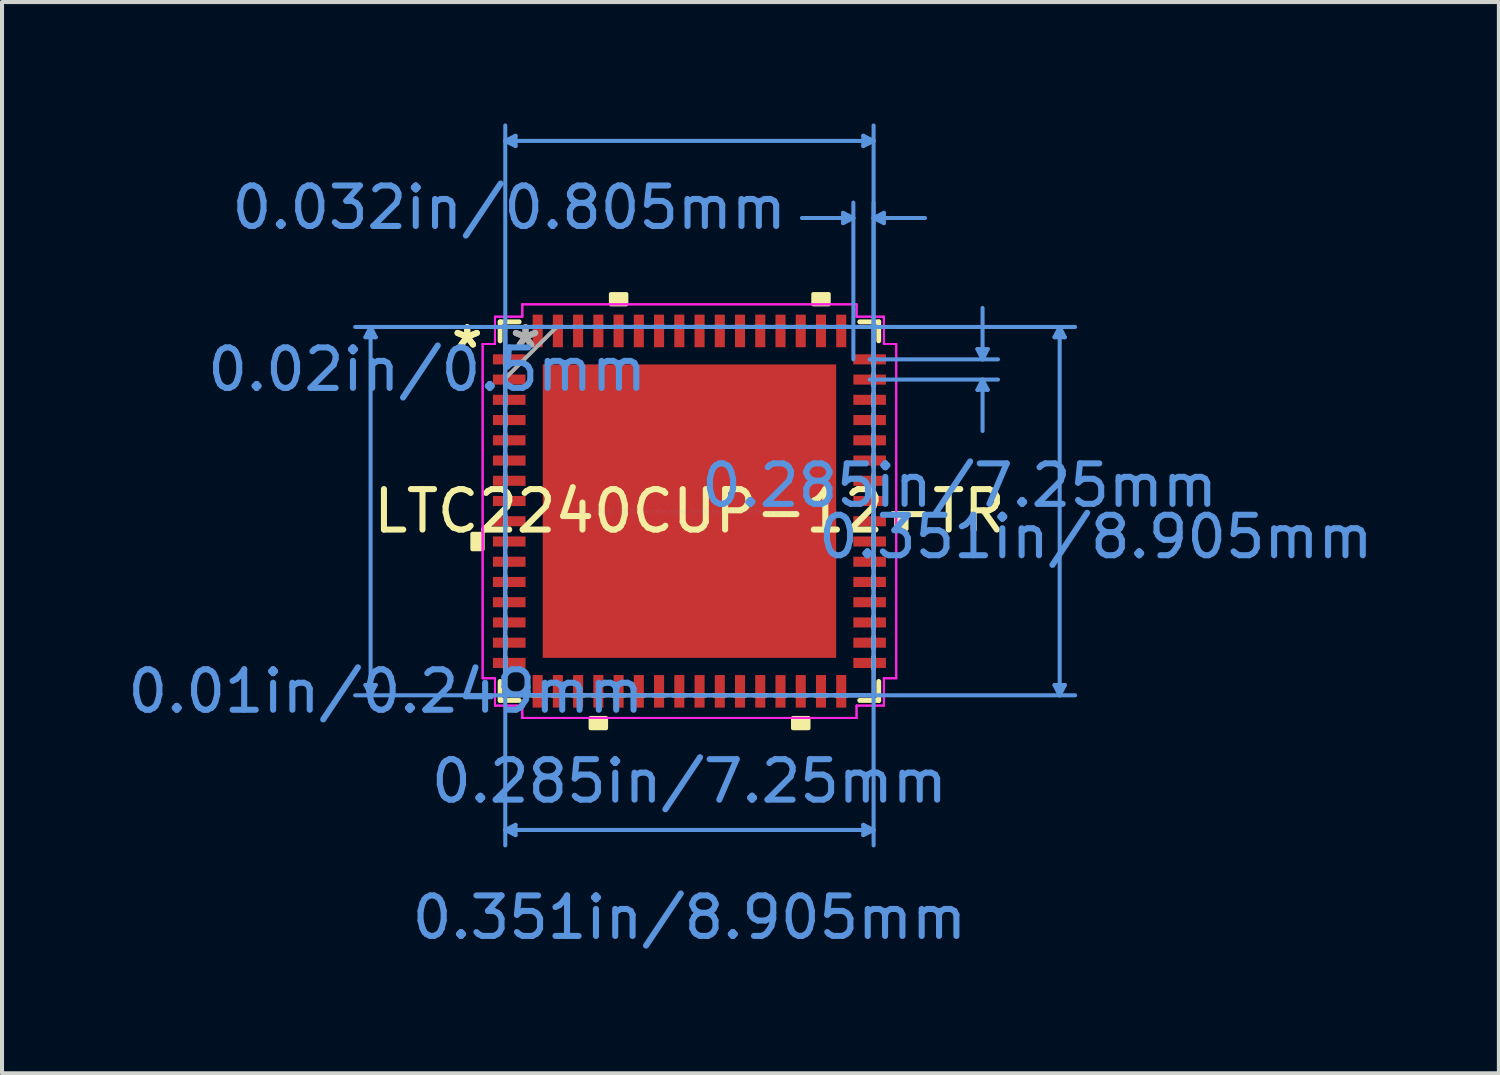
<source format=kicad_pcb>
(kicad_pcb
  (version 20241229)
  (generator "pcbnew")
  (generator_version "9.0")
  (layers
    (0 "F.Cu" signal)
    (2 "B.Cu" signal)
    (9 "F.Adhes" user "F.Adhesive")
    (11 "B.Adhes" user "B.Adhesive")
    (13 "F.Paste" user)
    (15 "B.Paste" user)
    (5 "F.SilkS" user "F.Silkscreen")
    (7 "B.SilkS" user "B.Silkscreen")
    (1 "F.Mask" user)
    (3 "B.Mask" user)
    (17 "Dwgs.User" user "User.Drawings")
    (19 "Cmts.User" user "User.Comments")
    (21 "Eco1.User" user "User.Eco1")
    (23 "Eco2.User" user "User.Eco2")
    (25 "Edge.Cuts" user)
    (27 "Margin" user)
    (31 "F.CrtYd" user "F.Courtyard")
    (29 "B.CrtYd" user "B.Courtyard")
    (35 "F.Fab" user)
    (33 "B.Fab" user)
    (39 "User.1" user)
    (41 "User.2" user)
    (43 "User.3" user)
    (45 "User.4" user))
  (footprint "LTC2240CUP-12-TR"
    (layer "F.Cu")
    (at 13.983 9.578)
    (property "Reference" "LTC2240CUP-12-TR" (at 0 0 0) (layer "F.SilkS") (effects (font (size 1 1) (thickness 0.15))))
    (attr through_hole)
    (fp_line (start -4.677 -4.677) (end -4.677 -4.207) (stroke (width 0.12) (type solid)) (layer "F.SilkS"))
    (fp_line (start -4.677 4.207) (end -4.677 4.677) (stroke (width 0.12) (type solid)) (layer "F.SilkS"))
    (fp_line (start -4.677 4.677) (end -4.207 4.677) (stroke (width 0.12) (type solid)) (layer "F.SilkS"))
    (fp_line (start -4.207 -4.677) (end -4.677 -4.677) (stroke (width 0.12) (type solid)) (layer "F.SilkS"))
    (fp_line (start 4.207 4.677) (end 4.677 4.677) (stroke (width 0.12) (type solid)) (layer "F.SilkS"))
    (fp_line (start 4.677 -4.677) (end 4.207 -4.677) (stroke (width 0.12) (type solid)) (layer "F.SilkS"))
    (fp_line (start 4.677 -4.207) (end 4.677 -4.677) (stroke (width 0.12) (type solid)) (layer "F.SilkS"))
    (fp_line (start 4.677 4.677) (end 4.677 4.207) (stroke (width 0.12) (type solid)) (layer "F.SilkS"))
    (fp_poly (pts (xy -5.363 0.56) (xy -5.363 0.941) (xy -5.109 0.941) (xy -5.109 0.56)) (stroke (width 0.1) (type solid)) (fill yes) (layer "F.SilkS"))
    (fp_poly (pts (xy -2.441 5.109) (xy -2.441 5.363) (xy -2.06 5.363) (xy -2.06 5.109)) (stroke (width 0.1) (type solid)) (fill yes) (layer "F.SilkS"))
    (fp_poly (pts (xy -1.94 -5.109) (xy -1.94 -5.363) (xy -1.559 -5.363) (xy -1.559 -5.109)) (stroke (width 0.1) (type solid)) (fill yes) (layer "F.SilkS"))
    (fp_poly (pts (xy 2.559 5.109) (xy 2.559 5.363) (xy 2.941 5.363) (xy 2.941 5.109)) (stroke (width 0.1) (type solid)) (fill yes) (layer "F.SilkS"))
    (fp_poly (pts (xy 3.06 -5.109) (xy 3.06 -5.363) (xy 3.441 -5.363) (xy 3.441 -5.109)) (stroke (width 0.1) (type solid)) (fill yes) (layer "F.SilkS"))
    (fp_poly (pts (xy 5.363 0.059) (xy 5.363 0.441) (xy 5.109 0.441) (xy 5.109 0.059)) (stroke (width 0.1) (type solid)) (fill yes) (layer "F.SilkS"))
    (fp_poly (pts (xy -3.525 -3.525) (xy -3.525 -2.275) (xy -2.275 -2.275) (xy -2.275 -3.525)) (stroke (width 0.1) (type solid)) (fill yes) (layer "F.Paste"))
    (fp_poly (pts (xy -3.525 -2.075) (xy -3.525 -0.825) (xy -2.275 -0.825) (xy -2.275 -2.075)) (stroke (width 0.1) (type solid)) (fill yes) (layer "F.Paste"))
    (fp_poly (pts (xy -3.525 -0.625) (xy -3.525 0.625) (xy -2.275 0.625) (xy -2.275 -0.625)) (stroke (width 0.1) (type solid)) (fill yes) (layer "F.Paste"))
    (fp_poly (pts (xy -3.525 0.825) (xy -3.525 2.075) (xy -2.275 2.075) (xy -2.275 0.825)) (stroke (width 0.1) (type solid)) (fill yes) (layer "F.Paste"))
    (fp_poly (pts (xy -3.525 2.275) (xy -3.525 3.525) (xy -2.275 3.525) (xy -2.275 2.275)) (stroke (width 0.1) (type solid)) (fill yes) (layer "F.Paste"))
    (fp_poly (pts (xy -2.075 -3.525) (xy -2.075 -2.275) (xy -0.825 -2.275) (xy -0.825 -3.525)) (stroke (width 0.1) (type solid)) (fill yes) (layer "F.Paste"))
    (fp_poly (pts (xy -2.075 -2.075) (xy -2.075 -0.825) (xy -0.825 -0.825) (xy -0.825 -2.075)) (stroke (width 0.1) (type solid)) (fill yes) (layer "F.Paste"))
    (fp_poly (pts (xy -2.075 -0.625) (xy -2.075 0.625) (xy -0.825 0.625) (xy -0.825 -0.625)) (stroke (width 0.1) (type solid)) (fill yes) (layer "F.Paste"))
    (fp_poly (pts (xy -2.075 0.825) (xy -2.075 2.075) (xy -0.825 2.075) (xy -0.825 0.825)) (stroke (width 0.1) (type solid)) (fill yes) (layer "F.Paste"))
    (fp_poly (pts (xy -2.075 2.275) (xy -2.075 3.525) (xy -0.825 3.525) (xy -0.825 2.275)) (stroke (width 0.1) (type solid)) (fill yes) (layer "F.Paste"))
    (fp_poly (pts (xy -0.625 -3.525) (xy -0.625 -2.275) (xy 0.625 -2.275) (xy 0.625 -3.525)) (stroke (width 0.1) (type solid)) (fill yes) (layer "F.Paste"))
    (fp_poly (pts (xy -0.625 -2.075) (xy -0.625 -0.825) (xy 0.625 -0.825) (xy 0.625 -2.075)) (stroke (width 0.1) (type solid)) (fill yes) (layer "F.Paste"))
    (fp_poly (pts (xy -0.625 -0.625) (xy -0.625 0.625) (xy 0.625 0.625) (xy 0.625 -0.625)) (stroke (width 0.1) (type solid)) (fill yes) (layer "F.Paste"))
    (fp_poly (pts (xy -0.625 0.825) (xy -0.625 2.075) (xy 0.625 2.075) (xy 0.625 0.825)) (stroke (width 0.1) (type solid)) (fill yes) (layer "F.Paste"))
    (fp_poly (pts (xy -0.625 2.275) (xy -0.625 3.525) (xy 0.625 3.525) (xy 0.625 2.275)) (stroke (width 0.1) (type solid)) (fill yes) (layer "F.Paste"))
    (fp_poly (pts (xy 0.825 -3.525) (xy 0.825 -2.275) (xy 2.075 -2.275) (xy 2.075 -3.525)) (stroke (width 0.1) (type solid)) (fill yes) (layer "F.Paste"))
    (fp_poly (pts (xy 0.825 -2.075) (xy 0.825 -0.825) (xy 2.075 -0.825) (xy 2.075 -2.075)) (stroke (width 0.1) (type solid)) (fill yes) (layer "F.Paste"))
    (fp_poly (pts (xy 0.825 -0.625) (xy 0.825 0.625) (xy 2.075 0.625) (xy 2.075 -0.625)) (stroke (width 0.1) (type solid)) (fill yes) (layer "F.Paste"))
    (fp_poly (pts (xy 0.825 0.825) (xy 0.825 2.075) (xy 2.075 2.075) (xy 2.075 0.825)) (stroke (width 0.1) (type solid)) (fill yes) (layer "F.Paste"))
    (fp_poly (pts (xy 0.825 2.275) (xy 0.825 3.525) (xy 2.075 3.525) (xy 2.075 2.275)) (stroke (width 0.1) (type solid)) (fill yes) (layer "F.Paste"))
    (fp_poly (pts (xy 2.275 -3.525) (xy 2.275 -2.275) (xy 3.525 -2.275) (xy 3.525 -3.525)) (stroke (width 0.1) (type solid)) (fill yes) (layer "F.Paste"))
    (fp_poly (pts (xy 2.275 -2.075) (xy 2.275 -0.825) (xy 3.525 -0.825) (xy 3.525 -2.075)) (stroke (width 0.1) (type solid)) (fill yes) (layer "F.Paste"))
    (fp_poly (pts (xy 2.275 -0.625) (xy 2.275 0.625) (xy 3.525 0.625) (xy 3.525 -0.625)) (stroke (width 0.1) (type solid)) (fill yes) (layer "F.Paste"))
    (fp_poly (pts (xy 2.275 0.825) (xy 2.275 2.075) (xy 3.525 2.075) (xy 3.525 0.825)) (stroke (width 0.1) (type solid)) (fill yes) (layer "F.Paste"))
    (fp_poly (pts (xy 2.275 2.275) (xy 2.275 3.525) (xy 3.525 3.525) (xy 3.525 2.275)) (stroke (width 0.1) (type solid)) (fill yes) (layer "F.Paste"))
    (fp_line (start -8.004 -4.296) (end -7.75 -4.296) (stroke (width 0.1) (type solid)) (layer "Cmts.User"))
    (fp_line (start -8.004 4.296) (end -7.75 4.296) (stroke (width 0.1) (type solid)) (layer "Cmts.User"))
    (fp_line (start -7.877 -4.55) (end -8.004 -4.296) (stroke (width 0.1) (type solid)) (layer "Cmts.User"))
    (fp_line (start -7.877 -4.55) (end -7.877 4.55) (stroke (width 0.1) (type solid)) (layer "Cmts.User"))
    (fp_line (start -7.877 -4.55) (end -7.75 -4.296) (stroke (width 0.1) (type solid)) (layer "Cmts.User"))
    (fp_line (start -7.877 4.55) (end -8.004 4.296) (stroke (width 0.1) (type solid)) (layer "Cmts.User"))
    (fp_line (start -7.877 4.55) (end -7.75 4.296) (stroke (width 0.1) (type solid)) (layer "Cmts.User"))
    (fp_line (start -4.55 -9.147) (end -4.296 -9.274) (stroke (width 0.1) (type solid)) (layer "Cmts.User"))
    (fp_line (start -4.55 -9.147) (end -4.296 -9.02) (stroke (width 0.1) (type solid)) (layer "Cmts.User"))
    (fp_line (start -4.55 -9.147) (end 4.55 -9.147) (stroke (width 0.1) (type solid)) (layer "Cmts.User"))
    (fp_line (start -4.55 -4.55) (end -4.55 8.258) (stroke (width 0.1) (type solid)) (layer "Cmts.User"))
    (fp_line (start -4.55 -3.75) (end -4.55 -9.528) (stroke (width 0.1) (type solid)) (layer "Cmts.User"))
    (fp_line (start -4.55 7.877) (end -4.296 7.75) (stroke (width 0.1) (type solid)) (layer "Cmts.User"))
    (fp_line (start -4.55 7.877) (end -4.296 8.004) (stroke (width 0.1) (type solid)) (layer "Cmts.User"))
    (fp_line (start -4.55 7.877) (end 4.55 7.877) (stroke (width 0.1) (type solid)) (layer "Cmts.User"))
    (fp_line (start -4.296 -9.274) (end -4.296 -9.02) (stroke (width 0.1) (type solid)) (layer "Cmts.User"))
    (fp_line (start -4.296 7.75) (end -4.296 8.004) (stroke (width 0.1) (type solid)) (layer "Cmts.User"))
    (fp_line (start 3.75 -4.55) (end 9.528 -4.55) (stroke (width 0.1) (type solid)) (layer "Cmts.User"))
    (fp_line (start 3.75 4.55) (end 9.528 4.55) (stroke (width 0.1) (type solid)) (layer "Cmts.User"))
    (fp_line (start 3.796 -7.369) (end 3.796 -7.115) (stroke (width 0.1) (type solid)) (layer "Cmts.User"))
    (fp_line (start 4.05 -7.242) (end 2.78 -7.242) (stroke (width 0.1) (type solid)) (layer "Cmts.User"))
    (fp_line (start 4.05 -7.242) (end 3.796 -7.369) (stroke (width 0.1) (type solid)) (layer "Cmts.User"))
    (fp_line (start 4.05 -7.242) (end 3.796 -7.115) (stroke (width 0.1) (type solid)) (layer "Cmts.User"))
    (fp_line (start 4.05 -3.75) (end 4.05 -7.623) (stroke (width 0.1) (type solid)) (layer "Cmts.User"))
    (fp_line (start 4.296 -9.274) (end 4.296 -9.02) (stroke (width 0.1) (type solid)) (layer "Cmts.User"))
    (fp_line (start 4.296 7.75) (end 4.296 8.004) (stroke (width 0.1) (type solid)) (layer "Cmts.User"))
    (fp_line (start 4.452 -3.75) (end 7.623 -3.75) (stroke (width 0.1) (type solid)) (layer "Cmts.User"))
    (fp_line (start 4.452 -3.25) (end 7.623 -3.25) (stroke (width 0.1) (type solid)) (layer "Cmts.User"))
    (fp_line (start 4.55 -9.147) (end 4.296 -9.274) (stroke (width 0.1) (type solid)) (layer "Cmts.User"))
    (fp_line (start 4.55 -9.147) (end 4.296 -9.02) (stroke (width 0.1) (type solid)) (layer "Cmts.User"))
    (fp_line (start 4.55 -7.242) (end 4.804 -7.369) (stroke (width 0.1) (type solid)) (layer "Cmts.User"))
    (fp_line (start 4.55 -7.242) (end 4.804 -7.115) (stroke (width 0.1) (type solid)) (layer "Cmts.User"))
    (fp_line (start 4.55 -7.242) (end 5.82 -7.242) (stroke (width 0.1) (type solid)) (layer "Cmts.User"))
    (fp_line (start 4.55 -4.55) (end -8.258 -4.55) (stroke (width 0.1) (type solid)) (layer "Cmts.User"))
    (fp_line (start 4.55 -4.55) (end 4.55 8.258) (stroke (width 0.1) (type solid)) (layer "Cmts.User"))
    (fp_line (start 4.55 -3.75) (end 4.55 -9.528) (stroke (width 0.1) (type solid)) (layer "Cmts.User"))
    (fp_line (start 4.55 -3.75) (end 4.55 -7.623) (stroke (width 0.1) (type solid)) (layer "Cmts.User"))
    (fp_line (start 4.55 4.55) (end -8.258 4.55) (stroke (width 0.1) (type solid)) (layer "Cmts.User"))
    (fp_line (start 4.55 7.877) (end 4.296 7.75) (stroke (width 0.1) (type solid)) (layer "Cmts.User"))
    (fp_line (start 4.55 7.877) (end 4.296 8.004) (stroke (width 0.1) (type solid)) (layer "Cmts.User"))
    (fp_line (start 4.804 -7.369) (end 4.804 -7.115) (stroke (width 0.1) (type solid)) (layer "Cmts.User"))
    (fp_line (start 7.115 -4.004) (end 7.369 -4.004) (stroke (width 0.1) (type solid)) (layer "Cmts.User"))
    (fp_line (start 7.115 -2.996) (end 7.369 -2.996) (stroke (width 0.1) (type solid)) (layer "Cmts.User"))
    (fp_line (start 7.242 -3.75) (end 7.115 -4.004) (stroke (width 0.1) (type solid)) (layer "Cmts.User"))
    (fp_line (start 7.242 -3.75) (end 7.242 -5.02) (stroke (width 0.1) (type solid)) (layer "Cmts.User"))
    (fp_line (start 7.242 -3.75) (end 7.369 -4.004) (stroke (width 0.1) (type solid)) (layer "Cmts.User"))
    (fp_line (start 7.242 -3.25) (end 7.115 -2.996) (stroke (width 0.1) (type solid)) (layer "Cmts.User"))
    (fp_line (start 7.242 -3.25) (end 7.242 -1.98) (stroke (width 0.1) (type solid)) (layer "Cmts.User"))
    (fp_line (start 7.242 -3.25) (end 7.369 -2.996) (stroke (width 0.1) (type solid)) (layer "Cmts.User"))
    (fp_line (start 9.02 -4.296) (end 9.274 -4.296) (stroke (width 0.1) (type solid)) (layer "Cmts.User"))
    (fp_line (start 9.02 4.296) (end 9.274 4.296) (stroke (width 0.1) (type solid)) (layer "Cmts.User"))
    (fp_line (start 9.147 -4.55) (end 9.02 -4.296) (stroke (width 0.1) (type solid)) (layer "Cmts.User"))
    (fp_line (start 9.147 -4.55) (end 9.147 4.55) (stroke (width 0.1) (type solid)) (layer "Cmts.User"))
    (fp_line (start 9.147 -4.55) (end 9.274 -4.296) (stroke (width 0.1) (type solid)) (layer "Cmts.User"))
    (fp_line (start 9.147 4.55) (end 9.02 4.296) (stroke (width 0.1) (type solid)) (layer "Cmts.User"))
    (fp_line (start 9.147 4.55) (end 9.274 4.296) (stroke (width 0.1) (type solid)) (layer "Cmts.User"))
    (fp_line (start -5.109 -4.129) (end -4.804 -4.129) (stroke (width 0.05) (type solid)) (layer "F.CrtYd"))
    (fp_line (start -5.109 -4.129) (end -4.804 -4.129) (stroke (width 0.05) (type solid)) (layer "F.CrtYd"))
    (fp_line (start -5.109 4.129) (end -5.109 -4.129) (stroke (width 0.05) (type solid)) (layer "F.CrtYd"))
    (fp_line (start -5.109 4.129) (end -5.109 -4.129) (stroke (width 0.05) (type solid)) (layer "F.CrtYd"))
    (fp_line (start -4.804 -4.804) (end -4.129 -4.804) (stroke (width 0.05) (type solid)) (layer "F.CrtYd"))
    (fp_line (start -4.804 -4.804) (end -4.129 -4.804) (stroke (width 0.05) (type solid)) (layer "F.CrtYd"))
    (fp_line (start -4.804 -4.129) (end -4.804 -4.804) (stroke (width 0.05) (type solid)) (layer "F.CrtYd"))
    (fp_line (start -4.804 -4.129) (end -4.804 -4.804) (stroke (width 0.05) (type solid)) (layer "F.CrtYd"))
    (fp_line (start -4.804 4.129) (end -5.109 4.129) (stroke (width 0.05) (type solid)) (layer "F.CrtYd"))
    (fp_line (start -4.804 4.129) (end -5.109 4.129) (stroke (width 0.05) (type solid)) (layer "F.CrtYd"))
    (fp_line (start -4.804 4.804) (end -4.804 4.129) (stroke (width 0.05) (type solid)) (layer "F.CrtYd"))
    (fp_line (start -4.804 4.804) (end -4.804 4.129) (stroke (width 0.05) (type solid)) (layer "F.CrtYd"))
    (fp_line (start -4.129 -5.109) (end 4.129 -5.109) (stroke (width 0.05) (type solid)) (layer "F.CrtYd"))
    (fp_line (start -4.129 -5.109) (end 4.129 -5.109) (stroke (width 0.05) (type solid)) (layer "F.CrtYd"))
    (fp_line (start -4.129 -4.804) (end -4.129 -5.109) (stroke (width 0.05) (type solid)) (layer "F.CrtYd"))
    (fp_line (start -4.129 -4.804) (end -4.129 -5.109) (stroke (width 0.05) (type solid)) (layer "F.CrtYd"))
    (fp_line (start -4.129 4.804) (end -4.804 4.804) (stroke (width 0.05) (type solid)) (layer "F.CrtYd"))
    (fp_line (start -4.129 4.804) (end -4.804 4.804) (stroke (width 0.05) (type solid)) (layer "F.CrtYd"))
    (fp_line (start -4.129 5.109) (end -4.129 4.804) (stroke (width 0.05) (type solid)) (layer "F.CrtYd"))
    (fp_line (start -4.129 5.109) (end -4.129 4.804) (stroke (width 0.05) (type solid)) (layer "F.CrtYd"))
    (fp_line (start 4.129 -5.109) (end 4.129 -4.804) (stroke (width 0.05) (type solid)) (layer "F.CrtYd"))
    (fp_line (start 4.129 -5.109) (end 4.129 -4.804) (stroke (width 0.05) (type solid)) (layer "F.CrtYd"))
    (fp_line (start 4.129 -4.804) (end 4.804 -4.804) (stroke (width 0.05) (type solid)) (layer "F.CrtYd"))
    (fp_line (start 4.129 -4.804) (end 4.804 -4.804) (stroke (width 0.05) (type solid)) (layer "F.CrtYd"))
    (fp_line (start 4.129 4.804) (end 4.129 5.109) (stroke (width 0.05) (type solid)) (layer "F.CrtYd"))
    (fp_line (start 4.129 4.804) (end 4.129 5.109) (stroke (width 0.05) (type solid)) (layer "F.CrtYd"))
    (fp_line (start 4.129 5.109) (end -4.129 5.109) (stroke (width 0.05) (type solid)) (layer "F.CrtYd"))
    (fp_line (start 4.129 5.109) (end -4.129 5.109) (stroke (width 0.05) (type solid)) (layer "F.CrtYd"))
    (fp_line (start 4.804 -4.804) (end 4.804 -4.129) (stroke (width 0.05) (type solid)) (layer "F.CrtYd"))
    (fp_line (start 4.804 -4.804) (end 4.804 -4.129) (stroke (width 0.05) (type solid)) (layer "F.CrtYd"))
    (fp_line (start 4.804 -4.129) (end 5.109 -4.129) (stroke (width 0.05) (type solid)) (layer "F.CrtYd"))
    (fp_line (start 4.804 -4.129) (end 5.109 -4.129) (stroke (width 0.05) (type solid)) (layer "F.CrtYd"))
    (fp_line (start 4.804 4.129) (end 4.804 4.804) (stroke (width 0.05) (type solid)) (layer "F.CrtYd"))
    (fp_line (start 4.804 4.129) (end 4.804 4.804) (stroke (width 0.05) (type solid)) (layer "F.CrtYd"))
    (fp_line (start 4.804 4.804) (end 4.129 4.804) (stroke (width 0.05) (type solid)) (layer "F.CrtYd"))
    (fp_line (start 4.804 4.804) (end 4.129 4.804) (stroke (width 0.05) (type solid)) (layer "F.CrtYd"))
    (fp_line (start 5.109 -4.129) (end 5.109 4.129) (stroke (width 0.05) (type solid)) (layer "F.CrtYd"))
    (fp_line (start 5.109 -4.129) (end 5.109 4.129) (stroke (width 0.05) (type solid)) (layer "F.CrtYd"))
    (fp_line (start 5.109 4.129) (end 4.804 4.129) (stroke (width 0.05) (type solid)) (layer "F.CrtYd"))
    (fp_line (start 5.109 4.129) (end 4.804 4.129) (stroke (width 0.05) (type solid)) (layer "F.CrtYd"))
    (fp_line (start -4.55 -4.55) (end -4.55 -4.55) (stroke (width 0.1) (type solid)) (layer "F.Fab"))
    (fp_line (start -4.55 -4.55) (end -4.55 4.55) (stroke (width 0.1) (type solid)) (layer "F.Fab"))
    (fp_line (start -4.55 -3.9) (end -4.55 -3.9) (stroke (width 0.1) (type solid)) (layer "F.Fab"))
    (fp_line (start -4.55 -3.9) (end -4.55 -3.6) (stroke (width 0.1) (type solid)) (layer "F.Fab"))
    (fp_line (start -4.55 -3.6) (end -4.55 -3.9) (stroke (width 0.1) (type solid)) (layer "F.Fab"))
    (fp_line (start -4.55 -3.6) (end -4.55 -3.6) (stroke (width 0.1) (type solid)) (layer "F.Fab"))
    (fp_line (start -4.55 -3.4) (end -4.55 -3.4) (stroke (width 0.1) (type solid)) (layer "F.Fab"))
    (fp_line (start -4.55 -3.4) (end -4.55 -3.1) (stroke (width 0.1) (type solid)) (layer "F.Fab"))
    (fp_line (start -4.55 -3.28) (end -3.28 -4.55) (stroke (width 0.1) (type solid)) (layer "F.Fab"))
    (fp_line (start -4.55 -3.1) (end -4.55 -3.4) (stroke (width 0.1) (type solid)) (layer "F.Fab"))
    (fp_line (start -4.55 -3.1) (end -4.55 -3.1) (stroke (width 0.1) (type solid)) (layer "F.Fab"))
    (fp_line (start -4.55 -2.9) (end -4.55 -2.9) (stroke (width 0.1) (type solid)) (layer "F.Fab"))
    (fp_line (start -4.55 -2.9) (end -4.55 -2.6) (stroke (width 0.1) (type solid)) (layer "F.Fab"))
    (fp_line (start -4.55 -2.6) (end -4.55 -2.9) (stroke (width 0.1) (type solid)) (layer "F.Fab"))
    (fp_line (start -4.55 -2.6) (end -4.55 -2.6) (stroke (width 0.1) (type solid)) (layer "F.Fab"))
    (fp_line (start -4.55 -2.4) (end -4.55 -2.4) (stroke (width 0.1) (type solid)) (layer "F.Fab"))
    (fp_line (start -4.55 -2.4) (end -4.55 -2.1) (stroke (width 0.1) (type solid)) (layer "F.Fab"))
    (fp_line (start -4.55 -2.1) (end -4.55 -2.4) (stroke (width 0.1) (type solid)) (layer "F.Fab"))
    (fp_line (start -4.55 -2.1) (end -4.55 -2.1) (stroke (width 0.1) (type solid)) (layer "F.Fab"))
    (fp_line (start -4.55 -1.9) (end -4.55 -1.9) (stroke (width 0.1) (type solid)) (layer "F.Fab"))
    (fp_line (start -4.55 -1.9) (end -4.55 -1.6) (stroke (width 0.1) (type solid)) (layer "F.Fab"))
    (fp_line (start -4.55 -1.6) (end -4.55 -1.9) (stroke (width 0.1) (type solid)) (layer "F.Fab"))
    (fp_line (start -4.55 -1.6) (end -4.55 -1.6) (stroke (width 0.1) (type solid)) (layer "F.Fab"))
    (fp_line (start -4.55 -1.4) (end -4.55 -1.4) (stroke (width 0.1) (type solid)) (layer "F.Fab"))
    (fp_line (start -4.55 -1.4) (end -4.55 -1.1) (stroke (width 0.1) (type solid)) (layer "F.Fab"))
    (fp_line (start -4.55 -1.1) (end -4.55 -1.4) (stroke (width 0.1) (type solid)) (layer "F.Fab"))
    (fp_line (start -4.55 -1.1) (end -4.55 -1.1) (stroke (width 0.1) (type solid)) (layer "F.Fab"))
    (fp_line (start -4.55 -0.9) (end -4.55 -0.9) (stroke (width 0.1) (type solid)) (layer "F.Fab"))
    (fp_line (start -4.55 -0.9) (end -4.55 -0.6) (stroke (width 0.1) (type solid)) (layer "F.Fab"))
    (fp_line (start -4.55 -0.6) (end -4.55 -0.9) (stroke (width 0.1) (type solid)) (layer "F.Fab"))
    (fp_line (start -4.55 -0.6) (end -4.55 -0.6) (stroke (width 0.1) (type solid)) (layer "F.Fab"))
    (fp_line (start -4.55 -0.4) (end -4.55 -0.4) (stroke (width 0.1) (type solid)) (layer "F.Fab"))
    (fp_line (start -4.55 -0.4) (end -4.55 -0.1) (stroke (width 0.1) (type solid)) (layer "F.Fab"))
    (fp_line (start -4.55 -0.1) (end -4.55 -0.4) (stroke (width 0.1) (type solid)) (layer "F.Fab"))
    (fp_line (start -4.55 -0.1) (end -4.55 -0.1) (stroke (width 0.1) (type solid)) (layer "F.Fab"))
    (fp_line (start -4.55 0.1) (end -4.55 0.1) (stroke (width 0.1) (type solid)) (layer "F.Fab"))
    (fp_line (start -4.55 0.1) (end -4.55 0.4) (stroke (width 0.1) (type solid)) (layer "F.Fab"))
    (fp_line (start -4.55 0.4) (end -4.55 0.1) (stroke (width 0.1) (type solid)) (layer "F.Fab"))
    (fp_line (start -4.55 0.4) (end -4.55 0.4) (stroke (width 0.1) (type solid)) (layer "F.Fab"))
    (fp_line (start -4.55 0.6) (end -4.55 0.6) (stroke (width 0.1) (type solid)) (layer "F.Fab"))
    (fp_line (start -4.55 0.6) (end -4.55 0.9) (stroke (width 0.1) (type solid)) (layer "F.Fab"))
    (fp_line (start -4.55 0.9) (end -4.55 0.6) (stroke (width 0.1) (type solid)) (layer "F.Fab"))
    (fp_line (start -4.55 0.9) (end -4.55 0.9) (stroke (width 0.1) (type solid)) (layer "F.Fab"))
    (fp_line (start -4.55 1.1) (end -4.55 1.1) (stroke (width 0.1) (type solid)) (layer "F.Fab"))
    (fp_line (start -4.55 1.1) (end -4.55 1.4) (stroke (width 0.1) (type solid)) (layer "F.Fab"))
    (fp_line (start -4.55 1.4) (end -4.55 1.1) (stroke (width 0.1) (type solid)) (layer "F.Fab"))
    (fp_line (start -4.55 1.4) (end -4.55 1.4) (stroke (width 0.1) (type solid)) (layer "F.Fab"))
    (fp_line (start -4.55 1.6) (end -4.55 1.6) (stroke (width 0.1) (type solid)) (layer "F.Fab"))
    (fp_line (start -4.55 1.6) (end -4.55 1.9) (stroke (width 0.1) (type solid)) (layer "F.Fab"))
    (fp_line (start -4.55 1.9) (end -4.55 1.6) (stroke (width 0.1) (type solid)) (layer "F.Fab"))
    (fp_line (start -4.55 1.9) (end -4.55 1.9) (stroke (width 0.1) (type solid)) (layer "F.Fab"))
    (fp_line (start -4.55 2.1) (end -4.55 2.1) (stroke (width 0.1) (type solid)) (layer "F.Fab"))
    (fp_line (start -4.55 2.1) (end -4.55 2.4) (stroke (width 0.1) (type solid)) (layer "F.Fab"))
    (fp_line (start -4.55 2.4) (end -4.55 2.1) (stroke (width 0.1) (type solid)) (layer "F.Fab"))
    (fp_line (start -4.55 2.4) (end -4.55 2.4) (stroke (width 0.1) (type solid)) (layer "F.Fab"))
    (fp_line (start -4.55 2.6) (end -4.55 2.6) (stroke (width 0.1) (type solid)) (layer "F.Fab"))
    (fp_line (start -4.55 2.6) (end -4.55 2.9) (stroke (width 0.1) (type solid)) (layer "F.Fab"))
    (fp_line (start -4.55 2.9) (end -4.55 2.6) (stroke (width 0.1) (type solid)) (layer "F.Fab"))
    (fp_line (start -4.55 2.9) (end -4.55 2.9) (stroke (width 0.1) (type solid)) (layer "F.Fab"))
    (fp_line (start -4.55 3.1) (end -4.55 3.1) (stroke (width 0.1) (type solid)) (layer "F.Fab"))
    (fp_line (start -4.55 3.1) (end -4.55 3.4) (stroke (width 0.1) (type solid)) (layer "F.Fab"))
    (fp_line (start -4.55 3.4) (end -4.55 3.1) (stroke (width 0.1) (type solid)) (layer "F.Fab"))
    (fp_line (start -4.55 3.4) (end -4.55 3.4) (stroke (width 0.1) (type solid)) (layer "F.Fab"))
    (fp_line (start -4.55 3.6) (end -4.55 3.6) (stroke (width 0.1) (type solid)) (layer "F.Fab"))
    (fp_line (start -4.55 3.6) (end -4.55 3.9) (stroke (width 0.1) (type solid)) (layer "F.Fab"))
    (fp_line (start -4.55 3.9) (end -4.55 3.6) (stroke (width 0.1) (type solid)) (layer "F.Fab"))
    (fp_line (start -4.55 3.9) (end -4.55 3.9) (stroke (width 0.1) (type solid)) (layer "F.Fab"))
    (fp_line (start -4.55 4.55) (end -4.55 4.55) (stroke (width 0.1) (type solid)) (layer "F.Fab"))
    (fp_line (start -4.55 4.55) (end 4.55 4.55) (stroke (width 0.1) (type solid)) (layer "F.Fab"))
    (fp_line (start -3.9 -4.55) (end -3.9 -4.55) (stroke (width 0.1) (type solid)) (layer "F.Fab"))
    (fp_line (start -3.9 -4.55) (end -3.6 -4.55) (stroke (width 0.1) (type solid)) (layer "F.Fab"))
    (fp_line (start -3.9 4.55) (end -3.9 4.55) (stroke (width 0.1) (type solid)) (layer "F.Fab"))
    (fp_line (start -3.9 4.55) (end -3.6 4.55) (stroke (width 0.1) (type solid)) (layer "F.Fab"))
    (fp_line (start -3.6 -4.55) (end -3.9 -4.55) (stroke (width 0.1) (type solid)) (layer "F.Fab"))
    (fp_line (start -3.6 -4.55) (end -3.6 -4.55) (stroke (width 0.1) (type solid)) (layer "F.Fab"))
    (fp_line (start -3.6 4.55) (end -3.9 4.55) (stroke (width 0.1) (type solid)) (layer "F.Fab"))
    (fp_line (start -3.6 4.55) (end -3.6 4.55) (stroke (width 0.1) (type solid)) (layer "F.Fab"))
    (fp_line (start -3.4 -4.55) (end -3.4 -4.55) (stroke (width 0.1) (type solid)) (layer "F.Fab"))
    (fp_line (start -3.4 -4.55) (end -3.1 -4.55) (stroke (width 0.1) (type solid)) (layer "F.Fab"))
    (fp_line (start -3.4 4.55) (end -3.4 4.55) (stroke (width 0.1) (type solid)) (layer "F.Fab"))
    (fp_line (start -3.4 4.55) (end -3.1 4.55) (stroke (width 0.1) (type solid)) (layer "F.Fab"))
    (fp_line (start -3.1 -4.55) (end -3.4 -4.55) (stroke (width 0.1) (type solid)) (layer "F.Fab"))
    (fp_line (start -3.1 -4.55) (end -3.1 -4.55) (stroke (width 0.1) (type solid)) (layer "F.Fab"))
    (fp_line (start -3.1 4.55) (end -3.4 4.55) (stroke (width 0.1) (type solid)) (layer "F.Fab"))
    (fp_line (start -3.1 4.55) (end -3.1 4.55) (stroke (width 0.1) (type solid)) (layer "F.Fab"))
    (fp_line (start -2.9 -4.55) (end -2.9 -4.55) (stroke (width 0.1) (type solid)) (layer "F.Fab"))
    (fp_line (start -2.9 -4.55) (end -2.6 -4.55) (stroke (width 0.1) (type solid)) (layer "F.Fab"))
    (fp_line (start -2.9 4.55) (end -2.9 4.55) (stroke (width 0.1) (type solid)) (layer "F.Fab"))
    (fp_line (start -2.9 4.55) (end -2.6 4.55) (stroke (width 0.1) (type solid)) (layer "F.Fab"))
    (fp_line (start -2.6 -4.55) (end -2.9 -4.55) (stroke (width 0.1) (type solid)) (layer "F.Fab"))
    (fp_line (start -2.6 -4.55) (end -2.6 -4.55) (stroke (width 0.1) (type solid)) (layer "F.Fab"))
    (fp_line (start -2.6 4.55) (end -2.9 4.55) (stroke (width 0.1) (type solid)) (layer "F.Fab"))
    (fp_line (start -2.6 4.55) (end -2.6 4.55) (stroke (width 0.1) (type solid)) (layer "F.Fab"))
    (fp_line (start -2.4 -4.55) (end -2.4 -4.55) (stroke (width 0.1) (type solid)) (layer "F.Fab"))
    (fp_line (start -2.4 -4.55) (end -2.1 -4.55) (stroke (width 0.1) (type solid)) (layer "F.Fab"))
    (fp_line (start -2.4 4.55) (end -2.4 4.55) (stroke (width 0.1) (type solid)) (layer "F.Fab"))
    (fp_line (start -2.4 4.55) (end -2.1 4.55) (stroke (width 0.1) (type solid)) (layer "F.Fab"))
    (fp_line (start -2.1 -4.55) (end -2.4 -4.55) (stroke (width 0.1) (type solid)) (layer "F.Fab"))
    (fp_line (start -2.1 -4.55) (end -2.1 -4.55) (stroke (width 0.1) (type solid)) (layer "F.Fab"))
    (fp_line (start -2.1 4.55) (end -2.4 4.55) (stroke (width 0.1) (type solid)) (layer "F.Fab"))
    (fp_line (start -2.1 4.55) (end -2.1 4.55) (stroke (width 0.1) (type solid)) (layer "F.Fab"))
    (fp_line (start -1.9 -4.55) (end -1.9 -4.55) (stroke (width 0.1) (type solid)) (layer "F.Fab"))
    (fp_line (start -1.9 -4.55) (end -1.6 -4.55) (stroke (width 0.1) (type solid)) (layer "F.Fab"))
    (fp_line (start -1.9 4.55) (end -1.9 4.55) (stroke (width 0.1) (type solid)) (layer "F.Fab"))
    (fp_line (start -1.9 4.55) (end -1.6 4.55) (stroke (width 0.1) (type solid)) (layer "F.Fab"))
    (fp_line (start -1.6 -4.55) (end -1.9 -4.55) (stroke (width 0.1) (type solid)) (layer "F.Fab"))
    (fp_line (start -1.6 -4.55) (end -1.6 -4.55) (stroke (width 0.1) (type solid)) (layer "F.Fab"))
    (fp_line (start -1.6 4.55) (end -1.9 4.55) (stroke (width 0.1) (type solid)) (layer "F.Fab"))
    (fp_line (start -1.6 4.55) (end -1.6 4.55) (stroke (width 0.1) (type solid)) (layer "F.Fab"))
    (fp_line (start -1.4 -4.55) (end -1.4 -4.55) (stroke (width 0.1) (type solid)) (layer "F.Fab"))
    (fp_line (start -1.4 -4.55) (end -1.1 -4.55) (stroke (width 0.1) (type solid)) (layer "F.Fab"))
    (fp_line (start -1.4 4.55) (end -1.4 4.55) (stroke (width 0.1) (type solid)) (layer "F.Fab"))
    (fp_line (start -1.4 4.55) (end -1.1 4.55) (stroke (width 0.1) (type solid)) (layer "F.Fab"))
    (fp_line (start -1.1 -4.55) (end -1.4 -4.55) (stroke (width 0.1) (type solid)) (layer "F.Fab"))
    (fp_line (start -1.1 -4.55) (end -1.1 -4.55) (stroke (width 0.1) (type solid)) (layer "F.Fab"))
    (fp_line (start -1.1 4.55) (end -1.4 4.55) (stroke (width 0.1) (type solid)) (layer "F.Fab"))
    (fp_line (start -1.1 4.55) (end -1.1 4.55) (stroke (width 0.1) (type solid)) (layer "F.Fab"))
    (fp_line (start -0.9 -4.55) (end -0.9 -4.55) (stroke (width 0.1) (type solid)) (layer "F.Fab"))
    (fp_line (start -0.9 -4.55) (end -0.6 -4.55) (stroke (width 0.1) (type solid)) (layer "F.Fab"))
    (fp_line (start -0.9 4.55) (end -0.9 4.55) (stroke (width 0.1) (type solid)) (layer "F.Fab"))
    (fp_line (start -0.9 4.55) (end -0.6 4.55) (stroke (width 0.1) (type solid)) (layer "F.Fab"))
    (fp_line (start -0.6 -4.55) (end -0.9 -4.55) (stroke (width 0.1) (type solid)) (layer "F.Fab"))
    (fp_line (start -0.6 -4.55) (end -0.6 -4.55) (stroke (width 0.1) (type solid)) (layer "F.Fab"))
    (fp_line (start -0.6 4.55) (end -0.9 4.55) (stroke (width 0.1) (type solid)) (layer "F.Fab"))
    (fp_line (start -0.6 4.55) (end -0.6 4.55) (stroke (width 0.1) (type solid)) (layer "F.Fab"))
    (fp_line (start -0.4 -4.55) (end -0.4 -4.55) (stroke (width 0.1) (type solid)) (layer "F.Fab"))
    (fp_line (start -0.4 -4.55) (end -0.1 -4.55) (stroke (width 0.1) (type solid)) (layer "F.Fab"))
    (fp_line (start -0.4 4.55) (end -0.4 4.55) (stroke (width 0.1) (type solid)) (layer "F.Fab"))
    (fp_line (start -0.4 4.55) (end -0.1 4.55) (stroke (width 0.1) (type solid)) (layer "F.Fab"))
    (fp_line (start -0.1 -4.55) (end -0.4 -4.55) (stroke (width 0.1) (type solid)) (layer "F.Fab"))
    (fp_line (start -0.1 -4.55) (end -0.1 -4.55) (stroke (width 0.1) (type solid)) (layer "F.Fab"))
    (fp_line (start -0.1 4.55) (end -0.4 4.55) (stroke (width 0.1) (type solid)) (layer "F.Fab"))
    (fp_line (start -0.1 4.55) (end -0.1 4.55) (stroke (width 0.1) (type solid)) (layer "F.Fab"))
    (fp_line (start 0.1 -4.55) (end 0.1 -4.55) (stroke (width 0.1) (type solid)) (layer "F.Fab"))
    (fp_line (start 0.1 -4.55) (end 0.4 -4.55) (stroke (width 0.1) (type solid)) (layer "F.Fab"))
    (fp_line (start 0.1 4.55) (end 0.1 4.55) (stroke (width 0.1) (type solid)) (layer "F.Fab"))
    (fp_line (start 0.1 4.55) (end 0.4 4.55) (stroke (width 0.1) (type solid)) (layer "F.Fab"))
    (fp_line (start 0.4 -4.55) (end 0.1 -4.55) (stroke (width 0.1) (type solid)) (layer "F.Fab"))
    (fp_line (start 0.4 -4.55) (end 0.4 -4.55) (stroke (width 0.1) (type solid)) (layer "F.Fab"))
    (fp_line (start 0.4 4.55) (end 0.1 4.55) (stroke (width 0.1) (type solid)) (layer "F.Fab"))
    (fp_line (start 0.4 4.55) (end 0.4 4.55) (stroke (width 0.1) (type solid)) (layer "F.Fab"))
    (fp_line (start 0.6 -4.55) (end 0.6 -4.55) (stroke (width 0.1) (type solid)) (layer "F.Fab"))
    (fp_line (start 0.6 -4.55) (end 0.9 -4.55) (stroke (width 0.1) (type solid)) (layer "F.Fab"))
    (fp_line (start 0.6 4.55) (end 0.6 4.55) (stroke (width 0.1) (type solid)) (layer "F.Fab"))
    (fp_line (start 0.6 4.55) (end 0.9 4.55) (stroke (width 0.1) (type solid)) (layer "F.Fab"))
    (fp_line (start 0.9 -4.55) (end 0.6 -4.55) (stroke (width 0.1) (type solid)) (layer "F.Fab"))
    (fp_line (start 0.9 -4.55) (end 0.9 -4.55) (stroke (width 0.1) (type solid)) (layer "F.Fab"))
    (fp_line (start 0.9 4.55) (end 0.6 4.55) (stroke (width 0.1) (type solid)) (layer "F.Fab"))
    (fp_line (start 0.9 4.55) (end 0.9 4.55) (stroke (width 0.1) (type solid)) (layer "F.Fab"))
    (fp_line (start 1.1 -4.55) (end 1.1 -4.55) (stroke (width 0.1) (type solid)) (layer "F.Fab"))
    (fp_line (start 1.1 -4.55) (end 1.4 -4.55) (stroke (width 0.1) (type solid)) (layer "F.Fab"))
    (fp_line (start 1.1 4.55) (end 1.1 4.55) (stroke (width 0.1) (type solid)) (layer "F.Fab"))
    (fp_line (start 1.1 4.55) (end 1.4 4.55) (stroke (width 0.1) (type solid)) (layer "F.Fab"))
    (fp_line (start 1.4 -4.55) (end 1.1 -4.55) (stroke (width 0.1) (type solid)) (layer "F.Fab"))
    (fp_line (start 1.4 -4.55) (end 1.4 -4.55) (stroke (width 0.1) (type solid)) (layer "F.Fab"))
    (fp_line (start 1.4 4.55) (end 1.1 4.55) (stroke (width 0.1) (type solid)) (layer "F.Fab"))
    (fp_line (start 1.4 4.55) (end 1.4 4.55) (stroke (width 0.1) (type solid)) (layer "F.Fab"))
    (fp_line (start 1.6 -4.55) (end 1.6 -4.55) (stroke (width 0.1) (type solid)) (layer "F.Fab"))
    (fp_line (start 1.6 -4.55) (end 1.9 -4.55) (stroke (width 0.1) (type solid)) (layer "F.Fab"))
    (fp_line (start 1.6 4.55) (end 1.6 4.55) (stroke (width 0.1) (type solid)) (layer "F.Fab"))
    (fp_line (start 1.6 4.55) (end 1.9 4.55) (stroke (width 0.1) (type solid)) (layer "F.Fab"))
    (fp_line (start 1.9 -4.55) (end 1.6 -4.55) (stroke (width 0.1) (type solid)) (layer "F.Fab"))
    (fp_line (start 1.9 -4.55) (end 1.9 -4.55) (stroke (width 0.1) (type solid)) (layer "F.Fab"))
    (fp_line (start 1.9 4.55) (end 1.6 4.55) (stroke (width 0.1) (type solid)) (layer "F.Fab"))
    (fp_line (start 1.9 4.55) (end 1.9 4.55) (stroke (width 0.1) (type solid)) (layer "F.Fab"))
    (fp_line (start 2.1 -4.55) (end 2.1 -4.55) (stroke (width 0.1) (type solid)) (layer "F.Fab"))
    (fp_line (start 2.1 -4.55) (end 2.4 -4.55) (stroke (width 0.1) (type solid)) (layer "F.Fab"))
    (fp_line (start 2.1 4.55) (end 2.1 4.55) (stroke (width 0.1) (type solid)) (layer "F.Fab"))
    (fp_line (start 2.1 4.55) (end 2.4 4.55) (stroke (width 0.1) (type solid)) (layer "F.Fab"))
    (fp_line (start 2.4 -4.55) (end 2.1 -4.55) (stroke (width 0.1) (type solid)) (layer "F.Fab"))
    (fp_line (start 2.4 -4.55) (end 2.4 -4.55) (stroke (width 0.1) (type solid)) (layer "F.Fab"))
    (fp_line (start 2.4 4.55) (end 2.1 4.55) (stroke (width 0.1) (type solid)) (layer "F.Fab"))
    (fp_line (start 2.4 4.55) (end 2.4 4.55) (stroke (width 0.1) (type solid)) (layer "F.Fab"))
    (fp_line (start 2.6 -4.55) (end 2.6 -4.55) (stroke (width 0.1) (type solid)) (layer "F.Fab"))
    (fp_line (start 2.6 -4.55) (end 2.9 -4.55) (stroke (width 0.1) (type solid)) (layer "F.Fab"))
    (fp_line (start 2.6 4.55) (end 2.6 4.55) (stroke (width 0.1) (type solid)) (layer "F.Fab"))
    (fp_line (start 2.6 4.55) (end 2.9 4.55) (stroke (width 0.1) (type solid)) (layer "F.Fab"))
    (fp_line (start 2.9 -4.55) (end 2.6 -4.55) (stroke (width 0.1) (type solid)) (layer "F.Fab"))
    (fp_line (start 2.9 -4.55) (end 2.9 -4.55) (stroke (width 0.1) (type solid)) (layer "F.Fab"))
    (fp_line (start 2.9 4.55) (end 2.6 4.55) (stroke (width 0.1) (type solid)) (layer "F.Fab"))
    (fp_line (start 2.9 4.55) (end 2.9 4.55) (stroke (width 0.1) (type solid)) (layer "F.Fab"))
    (fp_line (start 3.1 -4.55) (end 3.1 -4.55) (stroke (width 0.1) (type solid)) (layer "F.Fab"))
    (fp_line (start 3.1 -4.55) (end 3.4 -4.55) (stroke (width 0.1) (type solid)) (layer "F.Fab"))
    (fp_line (start 3.1 4.55) (end 3.1 4.55) (stroke (width 0.1) (type solid)) (layer "F.Fab"))
    (fp_line (start 3.1 4.55) (end 3.4 4.55) (stroke (width 0.1) (type solid)) (layer "F.Fab"))
    (fp_line (start 3.4 -4.55) (end 3.1 -4.55) (stroke (width 0.1) (type solid)) (layer "F.Fab"))
    (fp_line (start 3.4 -4.55) (end 3.4 -4.55) (stroke (width 0.1) (type solid)) (layer "F.Fab"))
    (fp_line (start 3.4 4.55) (end 3.1 4.55) (stroke (width 0.1) (type solid)) (layer "F.Fab"))
    (fp_line (start 3.4 4.55) (end 3.4 4.55) (stroke (width 0.1) (type solid)) (layer "F.Fab"))
    (fp_line (start 3.6 -4.55) (end 3.6 -4.55) (stroke (width 0.1) (type solid)) (layer "F.Fab"))
    (fp_line (start 3.6 -4.55) (end 3.9 -4.55) (stroke (width 0.1) (type solid)) (layer "F.Fab"))
    (fp_line (start 3.6 4.55) (end 3.6 4.55) (stroke (width 0.1) (type solid)) (layer "F.Fab"))
    (fp_line (start 3.6 4.55) (end 3.9 4.55) (stroke (width 0.1) (type solid)) (layer "F.Fab"))
    (fp_line (start 3.9 -4.55) (end 3.6 -4.55) (stroke (width 0.1) (type solid)) (layer "F.Fab"))
    (fp_line (start 3.9 -4.55) (end 3.9 -4.55) (stroke (width 0.1) (type solid)) (layer "F.Fab"))
    (fp_line (start 3.9 4.55) (end 3.6 4.55) (stroke (width 0.1) (type solid)) (layer "F.Fab"))
    (fp_line (start 3.9 4.55) (end 3.9 4.55) (stroke (width 0.1) (type solid)) (layer "F.Fab"))
    (fp_line (start 4.55 -4.55) (end -4.55 -4.55) (stroke (width 0.1) (type solid)) (layer "F.Fab"))
    (fp_line (start 4.55 -4.55) (end 4.55 -4.55) (stroke (width 0.1) (type solid)) (layer "F.Fab"))
    (fp_line (start 4.55 -3.9) (end 4.55 -3.9) (stroke (width 0.1) (type solid)) (layer "F.Fab"))
    (fp_line (start 4.55 -3.9) (end 4.55 -3.6) (stroke (width 0.1) (type solid)) (layer "F.Fab"))
    (fp_line (start 4.55 -3.6) (end 4.55 -3.9) (stroke (width 0.1) (type solid)) (layer "F.Fab"))
    (fp_line (start 4.55 -3.6) (end 4.55 -3.6) (stroke (width 0.1) (type solid)) (layer "F.Fab"))
    (fp_line (start 4.55 -3.4) (end 4.55 -3.4) (stroke (width 0.1) (type solid)) (layer "F.Fab"))
    (fp_line (start 4.55 -3.4) (end 4.55 -3.1) (stroke (width 0.1) (type solid)) (layer "F.Fab"))
    (fp_line (start 4.55 -3.1) (end 4.55 -3.4) (stroke (width 0.1) (type solid)) (layer "F.Fab"))
    (fp_line (start 4.55 -3.1) (end 4.55 -3.1) (stroke (width 0.1) (type solid)) (layer "F.Fab"))
    (fp_line (start 4.55 -2.9) (end 4.55 -2.9) (stroke (width 0.1) (type solid)) (layer "F.Fab"))
    (fp_line (start 4.55 -2.9) (end 4.55 -2.6) (stroke (width 0.1) (type solid)) (layer "F.Fab"))
    (fp_line (start 4.55 -2.6) (end 4.55 -2.9) (stroke (width 0.1) (type solid)) (layer "F.Fab"))
    (fp_line (start 4.55 -2.6) (end 4.55 -2.6) (stroke (width 0.1) (type solid)) (layer "F.Fab"))
    (fp_line (start 4.55 -2.4) (end 4.55 -2.4) (stroke (width 0.1) (type solid)) (layer "F.Fab"))
    (fp_line (start 4.55 -2.4) (end 4.55 -2.1) (stroke (width 0.1) (type solid)) (layer "F.Fab"))
    (fp_line (start 4.55 -2.1) (end 4.55 -2.4) (stroke (width 0.1) (type solid)) (layer "F.Fab"))
    (fp_line (start 4.55 -2.1) (end 4.55 -2.1) (stroke (width 0.1) (type solid)) (layer "F.Fab"))
    (fp_line (start 4.55 -1.9) (end 4.55 -1.9) (stroke (width 0.1) (type solid)) (layer "F.Fab"))
    (fp_line (start 4.55 -1.9) (end 4.55 -1.6) (stroke (width 0.1) (type solid)) (layer "F.Fab"))
    (fp_line (start 4.55 -1.6) (end 4.55 -1.9) (stroke (width 0.1) (type solid)) (layer "F.Fab"))
    (fp_line (start 4.55 -1.6) (end 4.55 -1.6) (stroke (width 0.1) (type solid)) (layer "F.Fab"))
    (fp_line (start 4.55 -1.4) (end 4.55 -1.4) (stroke (width 0.1) (type solid)) (layer "F.Fab"))
    (fp_line (start 4.55 -1.4) (end 4.55 -1.1) (stroke (width 0.1) (type solid)) (layer "F.Fab"))
    (fp_line (start 4.55 -1.1) (end 4.55 -1.4) (stroke (width 0.1) (type solid)) (layer "F.Fab"))
    (fp_line (start 4.55 -1.1) (end 4.55 -1.1) (stroke (width 0.1) (type solid)) (layer "F.Fab"))
    (fp_line (start 4.55 -0.9) (end 4.55 -0.9) (stroke (width 0.1) (type solid)) (layer "F.Fab"))
    (fp_line (start 4.55 -0.9) (end 4.55 -0.6) (stroke (width 0.1) (type solid)) (layer "F.Fab"))
    (fp_line (start 4.55 -0.6) (end 4.55 -0.9) (stroke (width 0.1) (type solid)) (layer "F.Fab"))
    (fp_line (start 4.55 -0.6) (end 4.55 -0.6) (stroke (width 0.1) (type solid)) (layer "F.Fab"))
    (fp_line (start 4.55 -0.4) (end 4.55 -0.4) (stroke (width 0.1) (type solid)) (layer "F.Fab"))
    (fp_line (start 4.55 -0.4) (end 4.55 -0.1) (stroke (width 0.1) (type solid)) (layer "F.Fab"))
    (fp_line (start 4.55 -0.1) (end 4.55 -0.4) (stroke (width 0.1) (type solid)) (layer "F.Fab"))
    (fp_line (start 4.55 -0.1) (end 4.55 -0.1) (stroke (width 0.1) (type solid)) (layer "F.Fab"))
    (fp_line (start 4.55 0.1) (end 4.55 0.1) (stroke (width 0.1) (type solid)) (layer "F.Fab"))
    (fp_line (start 4.55 0.1) (end 4.55 0.4) (stroke (width 0.1) (type solid)) (layer "F.Fab"))
    (fp_line (start 4.55 0.4) (end 4.55 0.1) (stroke (width 0.1) (type solid)) (layer "F.Fab"))
    (fp_line (start 4.55 0.4) (end 4.55 0.4) (stroke (width 0.1) (type solid)) (layer "F.Fab"))
    (fp_line (start 4.55 0.6) (end 4.55 0.6) (stroke (width 0.1) (type solid)) (layer "F.Fab"))
    (fp_line (start 4.55 0.6) (end 4.55 0.9) (stroke (width 0.1) (type solid)) (layer "F.Fab"))
    (fp_line (start 4.55 0.9) (end 4.55 0.6) (stroke (width 0.1) (type solid)) (layer "F.Fab"))
    (fp_line (start 4.55 0.9) (end 4.55 0.9) (stroke (width 0.1) (type solid)) (layer "F.Fab"))
    (fp_line (start 4.55 1.1) (end 4.55 1.1) (stroke (width 0.1) (type solid)) (layer "F.Fab"))
    (fp_line (start 4.55 1.1) (end 4.55 1.4) (stroke (width 0.1) (type solid)) (layer "F.Fab"))
    (fp_line (start 4.55 1.4) (end 4.55 1.1) (stroke (width 0.1) (type solid)) (layer "F.Fab"))
    (fp_line (start 4.55 1.4) (end 4.55 1.4) (stroke (width 0.1) (type solid)) (layer "F.Fab"))
    (fp_line (start 4.55 1.6) (end 4.55 1.6) (stroke (width 0.1) (type solid)) (layer "F.Fab"))
    (fp_line (start 4.55 1.6) (end 4.55 1.9) (stroke (width 0.1) (type solid)) (layer "F.Fab"))
    (fp_line (start 4.55 1.9) (end 4.55 1.6) (stroke (width 0.1) (type solid)) (layer "F.Fab"))
    (fp_line (start 4.55 1.9) (end 4.55 1.9) (stroke (width 0.1) (type solid)) (layer "F.Fab"))
    (fp_line (start 4.55 2.1) (end 4.55 2.1) (stroke (width 0.1) (type solid)) (layer "F.Fab"))
    (fp_line (start 4.55 2.1) (end 4.55 2.4) (stroke (width 0.1) (type solid)) (layer "F.Fab"))
    (fp_line (start 4.55 2.4) (end 4.55 2.1) (stroke (width 0.1) (type solid)) (layer "F.Fab"))
    (fp_line (start 4.55 2.4) (end 4.55 2.4) (stroke (width 0.1) (type solid)) (layer "F.Fab"))
    (fp_line (start 4.55 2.6) (end 4.55 2.6) (stroke (width 0.1) (type solid)) (layer "F.Fab"))
    (fp_line (start 4.55 2.6) (end 4.55 2.9) (stroke (width 0.1) (type solid)) (layer "F.Fab"))
    (fp_line (start 4.55 2.9) (end 4.55 2.6) (stroke (width 0.1) (type solid)) (layer "F.Fab"))
    (fp_line (start 4.55 2.9) (end 4.55 2.9) (stroke (width 0.1) (type solid)) (layer "F.Fab"))
    (fp_line (start 4.55 3.1) (end 4.55 3.1) (stroke (width 0.1) (type solid)) (layer "F.Fab"))
    (fp_line (start 4.55 3.1) (end 4.55 3.4) (stroke (width 0.1) (type solid)) (layer "F.Fab"))
    (fp_line (start 4.55 3.4) (end 4.55 3.1) (stroke (width 0.1) (type solid)) (layer "F.Fab"))
    (fp_line (start 4.55 3.4) (end 4.55 3.4) (stroke (width 0.1) (type solid)) (layer "F.Fab"))
    (fp_line (start 4.55 3.6) (end 4.55 3.6) (stroke (width 0.1) (type solid)) (layer "F.Fab"))
    (fp_line (start 4.55 3.6) (end 4.55 3.9) (stroke (width 0.1) (type solid)) (layer "F.Fab"))
    (fp_line (start 4.55 3.9) (end 4.55 3.6) (stroke (width 0.1) (type solid)) (layer "F.Fab"))
    (fp_line (start 4.55 3.9) (end 4.55 3.9) (stroke (width 0.1) (type solid)) (layer "F.Fab"))
    (fp_line (start 4.55 4.55) (end 4.55 -4.55) (stroke (width 0.1) (type solid)) (layer "F.Fab"))
    (fp_line (start 4.55 4.55) (end 4.55 4.55) (stroke (width 0.1) (type solid)) (layer "F.Fab"))
    (fp_text user "*" (at -5.49 -4 0) (layer "F.SilkS") (effects (font (size 1 1) (thickness 0.15))))
    (fp_text user "*" (at -5.49 -4 0) (layer "F.SilkS") (effects (font (size 1 1) (thickness 0.15))))
    (fp_text user "0.01in/0.249mm" (at -7.5 4.452 0) (layer "Cmts.User") (effects (font (size 1 1) (thickness 0.15))))
    (fp_text user "Copyright 2021 Accelerated Designs. All rights reserved." (at 0 0 0) (layer "Cmts.User") (effects (font (size 0.127 0.127) (thickness 0.002))))
    (fp_text user "0.032in/0.805mm" (at -4.452 -7.5 0) (layer "Cmts.User") (effects (font (size 1 1) (thickness 0.15))))
    (fp_text user "0.351in/8.905mm" (at 10.04 0.635 0) (layer "Cmts.User") (effects (font (size 1 1) (thickness 0.15))))
    (fp_text user "0.285in/7.25mm" (at 0 6.673 0) (layer "Cmts.User") (effects (font (size 1 1) (thickness 0.15))))
    (fp_text user "0.02in/0.5mm" (at -6.48 -3.5 0) (layer "Cmts.User") (effects (font (size 1 1) (thickness 0.15))))
    (fp_text user "0.351in/8.905mm" (at 0 10.04 0) (layer "Cmts.User") (effects (font (size 1 1) (thickness 0.15))))
    (fp_text user "0.285in/7.25mm" (at 6.673 -0.635 0) (layer "Cmts.User") (effects (font (size 1 1) (thickness 0.15))))
    (fp_text user "*" (at -4.05 -4 0) (layer "F.Fab") (effects (font (size 1 1) (thickness 0.15))))
    (fp_text user "*" (at -4.05 -4 0) (layer "F.Fab") (effects (font (size 1 1) (thickness 0.15))))
    (pad "1" smd rect (at -4.452 -3.75 90) (size 0.249 0.805) (layers "F.Cu" "F.Mask" "F.Paste"))
    (pad "2" smd rect (at -4.452 -3.25 90) (size 0.249 0.805) (layers "F.Cu" "F.Mask" "F.Paste"))
    (pad "3" smd rect (at -4.452 -2.75 90) (size 0.249 0.805) (layers "F.Cu" "F.Mask" "F.Paste"))
    (pad "4" smd rect (at -4.452 -2.25 90) (size 0.249 0.805) (layers "F.Cu" "F.Mask" "F.Paste"))
    (pad "5" smd rect (at -4.452 -1.75 90) (size 0.249 0.805) (layers "F.Cu" "F.Mask" "F.Paste"))
    (pad "6" smd rect (at -4.452 -1.25 90) (size 0.249 0.805) (layers "F.Cu" "F.Mask" "F.Paste"))
    (pad "7" smd rect (at -4.452 -0.75 90) (size 0.249 0.805) (layers "F.Cu" "F.Mask" "F.Paste"))
    (pad "8" smd rect (at -4.452 -0.25 90) (size 0.249 0.805) (layers "F.Cu" "F.Mask" "F.Paste"))
    (pad "9" smd rect (at -4.452 0.25 90) (size 0.249 0.805) (layers "F.Cu" "F.Mask" "F.Paste"))
    (pad "10" smd rect (at -4.452 0.75 90) (size 0.249 0.805) (layers "F.Cu" "F.Mask" "F.Paste"))
    (pad "11" smd rect (at -4.452 1.25 90) (size 0.249 0.805) (layers "F.Cu" "F.Mask" "F.Paste"))
    (pad "12" smd rect (at -4.452 1.75 90) (size 0.249 0.805) (layers "F.Cu" "F.Mask" "F.Paste"))
    (pad "13" smd rect (at -4.452 2.25 90) (size 0.249 0.805) (layers "F.Cu" "F.Mask" "F.Paste"))
    (pad "14" smd rect (at -4.452 2.75 90) (size 0.249 0.805) (layers "F.Cu" "F.Mask" "F.Paste"))
    (pad "15" smd rect (at -4.452 3.25 90) (size 0.249 0.805) (layers "F.Cu" "F.Mask" "F.Paste"))
    (pad "16" smd rect (at -4.452 3.75 90) (size 0.249 0.805) (layers "F.Cu" "F.Mask" "F.Paste"))
    (pad "17" smd rect (at -3.75 4.452) (size 0.249 0.805) (layers "F.Cu" "F.Mask" "F.Paste"))
    (pad "18" smd rect (at -3.25 4.452) (size 0.249 0.805) (layers "F.Cu" "F.Mask" "F.Paste"))
    (pad "19" smd rect (at -2.75 4.452) (size 0.249 0.805) (layers "F.Cu" "F.Mask" "F.Paste"))
    (pad "20" smd rect (at -2.25 4.452) (size 0.249 0.805) (layers "F.Cu" "F.Mask" "F.Paste"))
    (pad "21" smd rect (at -1.75 4.452) (size 0.249 0.805) (layers "F.Cu" "F.Mask" "F.Paste"))
    (pad "22" smd rect (at -1.25 4.452) (size 0.249 0.805) (layers "F.Cu" "F.Mask" "F.Paste"))
    (pad "23" smd rect (at -0.75 4.452) (size 0.249 0.805) (layers "F.Cu" "F.Mask" "F.Paste"))
    (pad "24" smd rect (at -0.25 4.452) (size 0.249 0.805) (layers "F.Cu" "F.Mask" "F.Paste"))
    (pad "25" smd rect (at 0.25 4.452) (size 0.249 0.805) (layers "F.Cu" "F.Mask" "F.Paste"))
    (pad "26" smd rect (at 0.75 4.452) (size 0.249 0.805) (layers "F.Cu" "F.Mask" "F.Paste"))
    (pad "27" smd rect (at 1.25 4.452) (size 0.249 0.805) (layers "F.Cu" "F.Mask" "F.Paste"))
    (pad "28" smd rect (at 1.75 4.452) (size 0.249 0.805) (layers "F.Cu" "F.Mask" "F.Paste"))
    (pad "29" smd rect (at 2.25 4.452) (size 0.249 0.805) (layers "F.Cu" "F.Mask" "F.Paste"))
    (pad "30" smd rect (at 2.75 4.452) (size 0.249 0.805) (layers "F.Cu" "F.Mask" "F.Paste"))
    (pad "31" smd rect (at 3.25 4.452) (size 0.249 0.805) (layers "F.Cu" "F.Mask" "F.Paste"))
    (pad "32" smd rect (at 3.75 4.452) (size 0.249 0.805) (layers "F.Cu" "F.Mask" "F.Paste"))
    (pad "33" smd rect (at 4.452 3.75 90) (size 0.249 0.805) (layers "F.Cu" "F.Mask" "F.Paste"))
    (pad "34" smd rect (at 4.452 3.25 90) (size 0.249 0.805) (layers "F.Cu" "F.Mask" "F.Paste"))
    (pad "35" smd rect (at 4.452 2.75 90) (size 0.249 0.805) (layers "F.Cu" "F.Mask" "F.Paste"))
    (pad "36" smd rect (at 4.452 2.25 90) (size 0.249 0.805) (layers "F.Cu" "F.Mask" "F.Paste"))
    (pad "37" smd rect (at 4.452 1.75 90) (size 0.249 0.805) (layers "F.Cu" "F.Mask" "F.Paste"))
    (pad "38" smd rect (at 4.452 1.25 90) (size 0.249 0.805) (layers "F.Cu" "F.Mask" "F.Paste"))
    (pad "39" smd rect (at 4.452 0.75 90) (size 0.249 0.805) (layers "F.Cu" "F.Mask" "F.Paste"))
    (pad "40" smd rect (at 4.452 0.25 90) (size 0.249 0.805) (layers "F.Cu" "F.Mask" "F.Paste"))
    (pad "41" smd rect (at 4.452 -0.25 90) (size 0.249 0.805) (layers "F.Cu" "F.Mask" "F.Paste"))
    (pad "42" smd rect (at 4.452 -0.75 90) (size 0.249 0.805) (layers "F.Cu" "F.Mask" "F.Paste"))
    (pad "43" smd rect (at 4.452 -1.25 90) (size 0.249 0.805) (layers "F.Cu" "F.Mask" "F.Paste"))
    (pad "44" smd rect (at 4.452 -1.75 90) (size 0.249 0.805) (layers "F.Cu" "F.Mask" "F.Paste"))
    (pad "45" smd rect (at 4.452 -2.25 90) (size 0.249 0.805) (layers "F.Cu" "F.Mask" "F.Paste"))
    (pad "46" smd rect (at 4.452 -2.75 90) (size 0.249 0.805) (layers "F.Cu" "F.Mask" "F.Paste"))
    (pad "47" smd rect (at 4.452 -3.25 90) (size 0.249 0.805) (layers "F.Cu" "F.Mask" "F.Paste"))
    (pad "48" smd rect (at 4.452 -3.75 90) (size 0.249 0.805) (layers "F.Cu" "F.Mask" "F.Paste"))
    (pad "49" smd rect (at 3.75 -4.452) (size 0.249 0.805) (layers "F.Cu" "F.Mask" "F.Paste"))
    (pad "50" smd rect (at 3.25 -4.452) (size 0.249 0.805) (layers "F.Cu" "F.Mask" "F.Paste"))
    (pad "51" smd rect (at 2.75 -4.452) (size 0.249 0.805) (layers "F.Cu" "F.Mask" "F.Paste"))
    (pad "52" smd rect (at 2.25 -4.452) (size 0.249 0.805) (layers "F.Cu" "F.Mask" "F.Paste"))
    (pad "53" smd rect (at 1.75 -4.452) (size 0.249 0.805) (layers "F.Cu" "F.Mask" "F.Paste"))
    (pad "54" smd rect (at 1.25 -4.452) (size 0.249 0.805) (layers "F.Cu" "F.Mask" "F.Paste"))
    (pad "55" smd rect (at 0.75 -4.452) (size 0.249 0.805) (layers "F.Cu" "F.Mask" "F.Paste"))
    (pad "56" smd rect (at 0.25 -4.452) (size 0.249 0.805) (layers "F.Cu" "F.Mask" "F.Paste"))
    (pad "57" smd rect (at -0.25 -4.452) (size 0.249 0.805) (layers "F.Cu" "F.Mask" "F.Paste"))
    (pad "58" smd rect (at -0.75 -4.452) (size 0.249 0.805) (layers "F.Cu" "F.Mask" "F.Paste"))
    (pad "59" smd rect (at -1.25 -4.452) (size 0.249 0.805) (layers "F.Cu" "F.Mask" "F.Paste"))
    (pad "60" smd rect (at -1.75 -4.452) (size 0.249 0.805) (layers "F.Cu" "F.Mask" "F.Paste"))
    (pad "61" smd rect (at -2.25 -4.452) (size 0.249 0.805) (layers "F.Cu" "F.Mask" "F.Paste"))
    (pad "62" smd rect (at -2.75 -4.452) (size 0.249 0.805) (layers "F.Cu" "F.Mask" "F.Paste"))
    (pad "63" smd rect (at -3.25 -4.452) (size 0.249 0.805) (layers "F.Cu" "F.Mask" "F.Paste"))
    (pad "64" smd rect (at -3.75 -4.452) (size 0.249 0.805) (layers "F.Cu" "F.Mask" "F.Paste"))
    (pad "65" smd rect (at 0 0) (size 7.25 7.25) (layers "F.Cu" "F.Mask")))
  (gr_rect
    (start -3 -3)
    (end 33.981 23.467)
    (stroke (width 0.1) (type default))
    (fill no)
    (layer "Edge.Cuts")))
</source>
